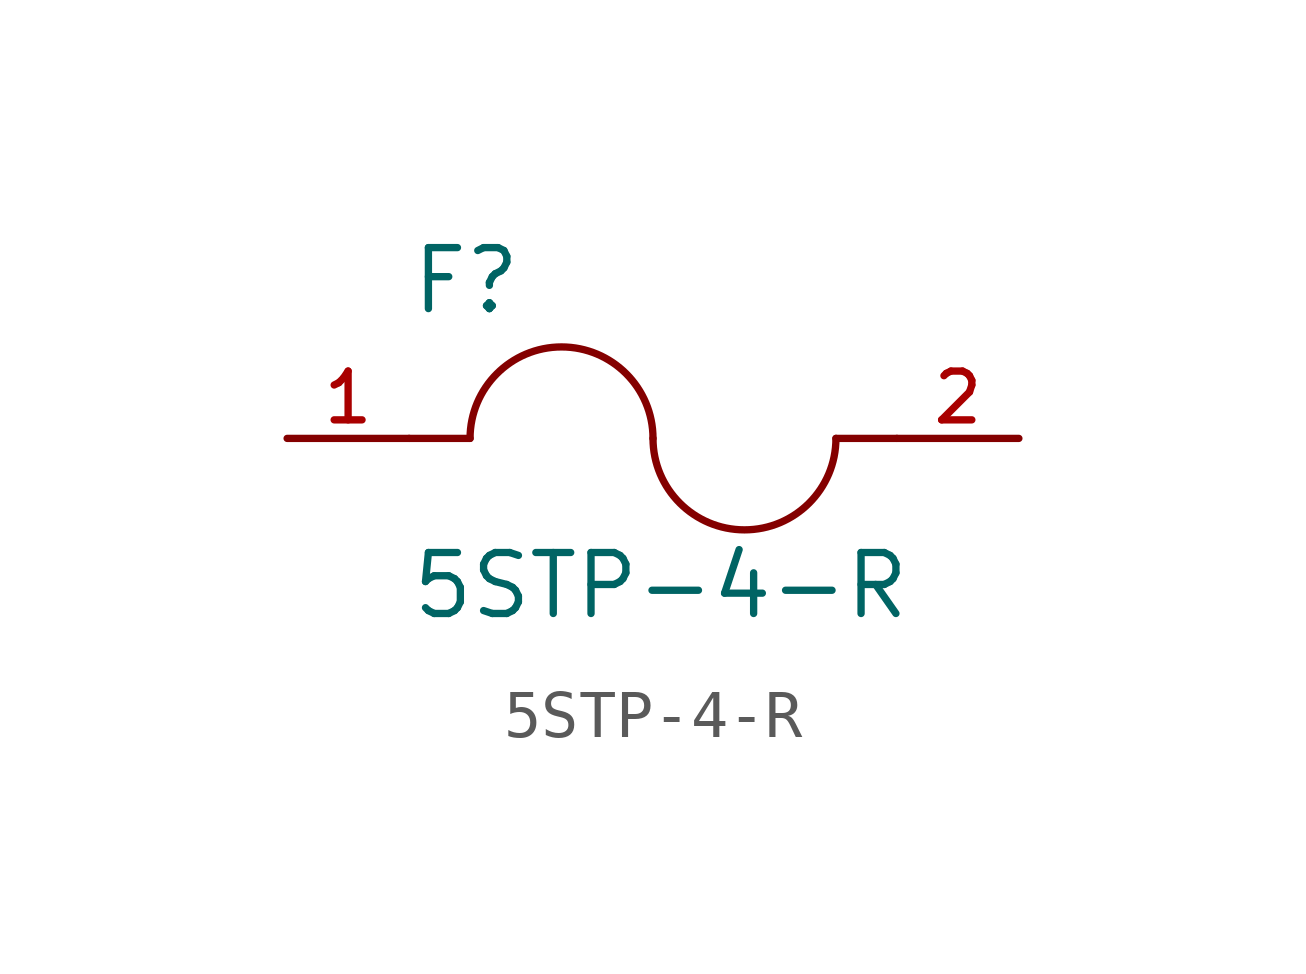
<source format=kicad_sym>
(kicad_symbol_lib
  (version 20211014)
  (generator kicad_symbol_editor)
  (symbol "5STP-4-R"
    (pin_names
      (offset 1.016))
    (property "Reference" "F"
      (at -5.08 2.54 0)
      (effects (font (size 1.27 1.27)) (justify bottom left)))
    (property "Value" "5STP-4-R"
      (at -5.08 -3.81 0)
      (effects (font (size 1.27 1.27)) (justify bottom left)))
    (symbol "5STP-4-R_0_0"
      (arc (start 0.0 0.0) (mid -1.905 1.905) (end -3.81 0.0) (stroke (width 0.1524) (type default) (color 0 0 0 0)) (fill (type none)))
      (arc (start 3.81 0.0) (mid 1.905 -1.905) (end 0.0 0.0) (stroke (width 0.1524) (type default) (color 0 0 0 0)) (fill (type none)))
      (polyline (pts (xy 5.08 0.0) (xy 3.81 0.0)) (stroke (width 0.152)))
      (polyline (pts (xy -5.08 0.0) (xy -3.81 0.0)) (stroke (width 0.152)))
      (pin passive line (at -7.62 0.0 0) (length 2.54) (name "~" (effects (font (size 1.016 1.016)))) (number "1" (effects (font (size 1.016 1.016)))))
      (pin passive line (at 7.62 0.0 180.0) (length 2.54) (name "~" (effects (font (size 1.016 1.016)))) (number "2" (effects (font (size 1.016 1.016))))))))
</source>
